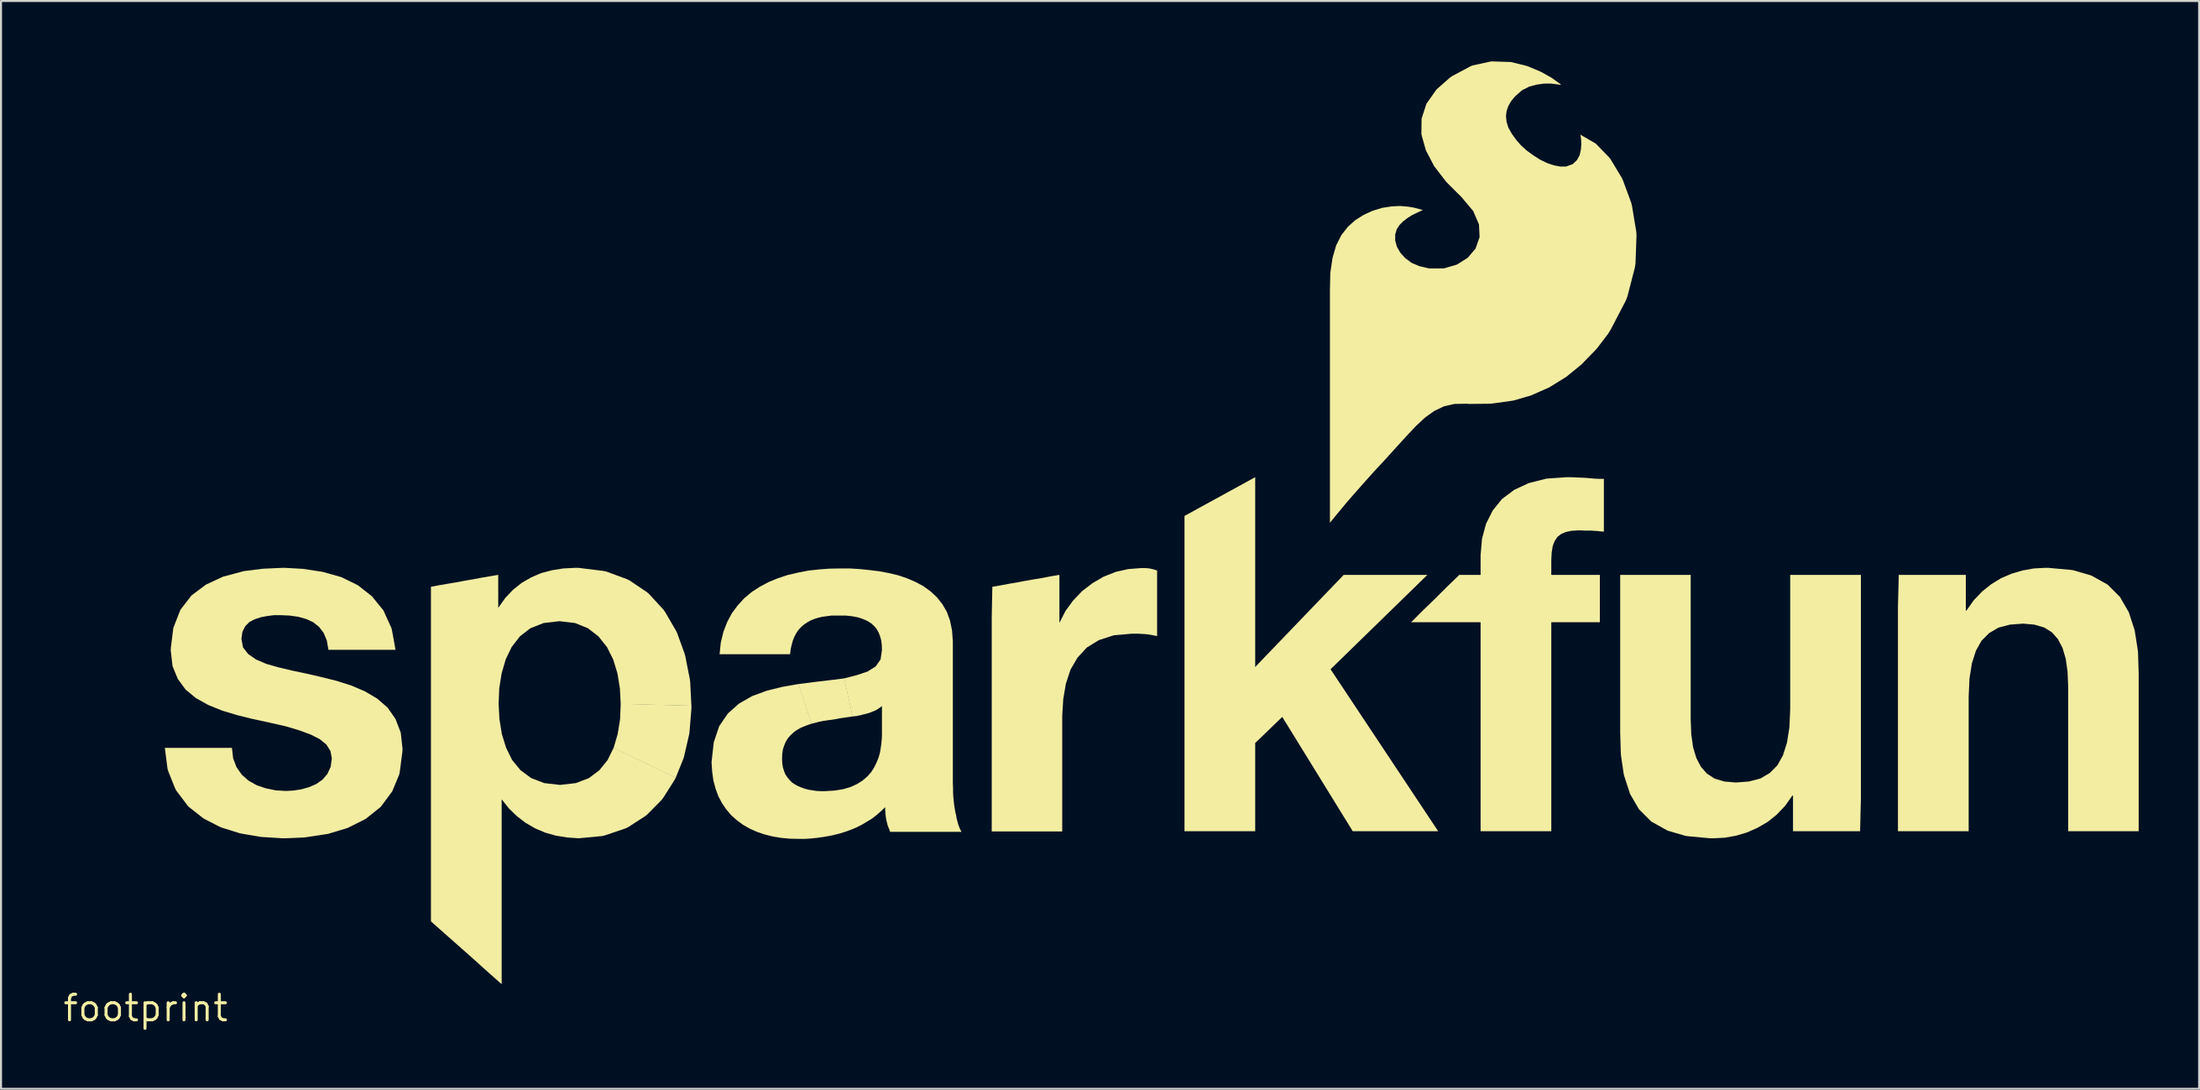
<source format=kicad_pcb>
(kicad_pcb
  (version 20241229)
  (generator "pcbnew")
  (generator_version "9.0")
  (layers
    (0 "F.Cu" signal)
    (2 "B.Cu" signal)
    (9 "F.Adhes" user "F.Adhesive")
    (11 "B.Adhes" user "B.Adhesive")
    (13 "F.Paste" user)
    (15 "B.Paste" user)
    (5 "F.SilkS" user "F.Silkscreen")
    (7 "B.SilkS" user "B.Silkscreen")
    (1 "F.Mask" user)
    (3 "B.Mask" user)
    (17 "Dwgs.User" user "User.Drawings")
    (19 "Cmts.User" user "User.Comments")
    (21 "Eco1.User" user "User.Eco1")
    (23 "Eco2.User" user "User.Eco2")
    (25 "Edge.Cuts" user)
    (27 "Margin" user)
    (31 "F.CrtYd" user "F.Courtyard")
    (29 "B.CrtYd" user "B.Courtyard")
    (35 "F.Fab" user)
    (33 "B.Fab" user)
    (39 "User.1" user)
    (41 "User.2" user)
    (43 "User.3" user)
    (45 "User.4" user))
  (footprint "footprint"
    (layer "F.Cu")
    (at 4.18 47.015)
    (property "Reference" "footprint" (at 0 0 0) (layer "F.SilkS") (effects (font (size 1.27 1.27) (thickness 0.15))))
    (fp_poly (pts (xy 27.095 -15.025) (xy 27.095 -14.86) (xy 27.005 -13.759) (xy 26.985 -13.599) (xy 26.745 -12.559) (xy 26.705 -12.408) (xy 26.313 -11.433) (xy 23.234 -12.927) (xy 23.435 -13.611) (xy 23.555 -14.351) (xy 23.585 -15.115)) (stroke (width 0) (type solid)) (fill yes) (layer "F.SilkS"))
    (fp_poly (pts (xy 55.085 -16.942) (xy 59.478 -21.515) (xy 63.632 -21.515) (xy 58.826 -16.829) (xy 64.169 -8.785) (xy 59.927 -8.785) (xy 56.429 -14.462) (xy 55.085 -13.168) (xy 55.085 -8.785) (xy 51.575 -8.785) (xy 51.575 -24.443) (xy 55.085 -26.368)) (stroke (width 0) (type solid)) (fill yes) (layer "F.SilkS"))
    (fp_poly (pts (xy 35.106 -14.486) (xy 34.901 -14.455) (xy 34.691 -14.425) (xy 34.481 -14.395) (xy 34.281 -14.355) (xy 34.071 -14.325) (xy 33.861 -14.295) (xy 33.661 -14.265) (xy 33.451 -14.225) (xy 33.261 -14.175) (xy 33.057 -14.124) (xy 32.403 -16.094) (xy 33.199 -16.195) (xy 33.959 -16.285) (xy 34.684 -16.376)) (stroke (width 0) (type solid)) (fill yes) (layer "F.SilkS"))
    (fp_poly (pts (xy 49.741 -21.845) (xy 49.831 -21.835) (xy 49.931 -21.815) (xy 50.021 -21.795) (xy 50.111 -21.765) (xy 50.215 -21.734) (xy 50.215 -18.474) (xy 50.079 -18.505) (xy 49.929 -18.535) (xy 49.779 -18.555) (xy 49.62 -18.575) (xy 49.28 -18.595) (xy 48.95 -18.595) (xy 48.061 -18.515) (xy 47.322 -18.275) (xy 46.723 -17.906) (xy 46.264 -17.407) (xy 45.915 -16.808) (xy 45.685 -16.109) (xy 45.555 -15.339) (xy 45.505 -14.52) (xy 45.505 -8.775) (xy 42.005 -8.775) (xy 42.005 -19.4) (xy 42.035 -20.924) (xy 42.449 -20.995) (xy 42.869 -21.075) (xy 43.279 -21.145) (xy 43.699 -21.225) (xy 44.109 -21.295) (xy 44.529 -21.365) (xy 44.939 -21.445) (xy 45.365 -21.516) (xy 45.365 -19.155) (xy 45.377 -19.155) (xy 45.666 -19.723) (xy 46.046 -20.243) (xy 46.497 -20.714) (xy 47.007 -21.104) (xy 47.558 -21.425) (xy 48.159 -21.665) (xy 48.789 -21.805) (xy 49.44 -21.855) (xy 49.64 -21.855)) (stroke (width 0) (type solid)) (fill yes) (layer "F.SilkS"))
    (fp_poly (pts (xy 76.705 -14.32) (xy 76.735 -13.59) (xy 76.825 -12.951) (xy 76.985 -12.422) (xy 77.214 -11.983) (xy 77.513 -11.644) (xy 77.902 -11.395) (xy 78.371 -11.255) (xy 78.94 -11.205) (xy 79.599 -11.255) (xy 80.168 -11.405) (xy 80.627 -11.674) (xy 81.006 -12.053) (xy 81.285 -12.552) (xy 81.485 -13.181) (xy 81.605 -13.941) (xy 81.645 -14.84) (xy 81.645 -21.515) (xy 85.155 -21.515) (xy 85.155 -10.38) (xy 85.115 -8.785) (xy 81.785 -8.785) (xy 81.785 -10.555) (xy 81.753 -10.555) (xy 81.394 -10.047) (xy 80.973 -9.606) (xy 80.523 -9.246) (xy 80.022 -8.956) (xy 79.502 -8.725) (xy 78.961 -8.565) (xy 78.411 -8.465) (xy 77.86 -8.435) (xy 77.68 -8.435) (xy 76.589 -8.535) (xy 76.449 -8.555) (xy 75.558 -8.815) (xy 74.747 -9.266) (xy 74.136 -9.877) (xy 73.695 -10.638) (xy 73.405 -11.529) (xy 73.375 -11.659) (xy 73.245 -12.549) (xy 73.235 -12.69) (xy 73.205 -13.68) (xy 73.205 -21.515) (xy 76.705 -21.515)) (stroke (width 0) (type solid)) (fill yes) (layer "F.SilkS"))
    (fp_poly (pts (xy 95.561 -21.765) (xy 95.701 -21.745) (xy 96.592 -21.485) (xy 97.403 -21.034) (xy 98.014 -20.423) (xy 98.455 -19.662) (xy 98.745 -18.771) (xy 98.765 -18.651) (xy 98.905 -17.751) (xy 98.915 -17.61) (xy 98.945 -16.62) (xy 98.945 -8.785) (xy 95.445 -8.785) (xy 95.445 -15.98) (xy 95.415 -16.71) (xy 95.325 -17.349) (xy 95.165 -17.888) (xy 94.936 -18.327) (xy 94.637 -18.666) (xy 94.248 -18.905) (xy 93.769 -19.045) (xy 93.21 -19.095) (xy 92.551 -19.045) (xy 91.982 -18.895) (xy 91.523 -18.626) (xy 91.144 -18.247) (xy 90.865 -17.748) (xy 90.665 -17.119) (xy 90.545 -16.359) (xy 90.505 -15.46) (xy 90.505 -8.785) (xy 86.995 -8.785) (xy 86.995 -19.93) (xy 87.035 -21.515) (xy 90.365 -21.515) (xy 90.365 -19.745) (xy 90.397 -19.745) (xy 90.756 -20.253) (xy 91.177 -20.694) (xy 91.627 -21.054) (xy 92.118 -21.354) (xy 92.638 -21.575) (xy 93.179 -21.735) (xy 93.739 -21.835) (xy 94.29 -21.865) (xy 94.46 -21.865)) (stroke (width 0) (type solid)) (fill yes) (layer "F.SilkS"))
    (fp_poly (pts (xy 71.01 -26.355) (xy 71.24 -26.345) (xy 71.24 -26.345) (xy 71.48 -26.335) (xy 71.71 -26.315) (xy 71.94 -26.295) (xy 72.16 -26.285) (xy 72.395 -26.285) (xy 72.395 -23.665) (xy 72.23 -23.675) (xy 72.07 -23.695) (xy 71.75 -23.715) (xy 71.43 -23.715) (xy 71.27 -23.725) (xy 71.11 -23.725) (xy 70.781 -23.705) (xy 70.502 -23.645) (xy 70.273 -23.546) (xy 70.084 -23.397) (xy 69.954 -23.198) (xy 69.855 -22.949) (xy 69.805 -22.639) (xy 69.785 -22.28) (xy 69.785 -21.515) (xy 72.195 -21.515) (xy 72.195 -19.165) (xy 69.785 -19.165) (xy 69.785 -8.785) (xy 66.275 -8.785) (xy 66.275 -19.165) (xy 62.828 -19.165) (xy 63.136 -19.474) (xy 63.426 -19.764) (xy 63.727 -20.054) (xy 64.026 -20.344) (xy 64.326 -20.644) (xy 64.616 -20.934) (xy 64.917 -21.224) (xy 65.218 -21.515) (xy 66.275 -21.515) (xy 66.275 -22.49) (xy 66.345 -23.311) (xy 66.545 -24.052) (xy 66.876 -24.713) (xy 67.337 -25.284) (xy 67.937 -25.734) (xy 68.668 -26.075) (xy 69.539 -26.295) (xy 69.66 -26.305) (xy 70.54 -26.365) (xy 70.77 -26.365)) (stroke (width 0) (type solid)) (fill yes) (layer "F.SilkS"))
    (fp_poly (pts (xy 22.701 -21.715) (xy 22.861 -21.685) (xy 23.892 -21.305) (xy 24.033 -21.234) (xy 24.893 -20.654) (xy 25.004 -20.554) (xy 25.704 -19.793) (xy 25.784 -19.683) (xy 26.314 -18.772) (xy 26.385 -18.632) (xy 26.755 -17.611) (xy 26.795 -17.461) (xy 27.015 -16.351) (xy 27.035 -16.19) (xy 27.095 -15.015) (xy 23.585 -15.105) (xy 23.545 -15.879) (xy 23.425 -16.619) (xy 23.215 -17.308) (xy 22.906 -17.927) (xy 22.486 -18.456) (xy 21.957 -18.866) (xy 21.319 -19.125) (xy 20.54 -19.215) (xy 19.761 -19.125) (xy 19.102 -18.866) (xy 18.584 -18.466) (xy 18.174 -17.937) (xy 17.875 -17.318) (xy 17.675 -16.629) (xy 17.555 -15.88) (xy 17.525 -15.11) (xy 17.565 -14.351) (xy 17.685 -13.611) (xy 17.895 -12.932) (xy 18.194 -12.323) (xy 18.613 -11.814) (xy 19.142 -11.424) (xy 19.791 -11.175) (xy 20.57 -11.085) (xy 21.359 -11.175) (xy 22.008 -11.424) (xy 22.526 -11.814) (xy 22.936 -12.323) (xy 23.238 -12.937) (xy 26.317 -11.442) (xy 26.244 -11.307) (xy 25.704 -10.457) (xy 25.614 -10.337) (xy 24.913 -9.626) (xy 24.803 -9.536) (xy 23.952 -8.986) (xy 23.822 -8.925) (xy 22.821 -8.585) (xy 22.661 -8.545) (xy 21.5 -8.435) (xy 20.929 -8.475) (xy 20.369 -8.565) (xy 19.838 -8.715) (xy 19.338 -8.926) (xy 18.857 -9.206) (xy 18.427 -9.536) (xy 18.036 -9.917) (xy 17.688 -10.355) (xy 17.675 -10.355) (xy 17.675 -1.189) (xy 17.227 -1.586) (xy 16.787 -1.976) (xy 16.357 -2.366) (xy 15.477 -3.146) (xy 15.047 -3.526) (xy 14.607 -3.916) (xy 14.165 -4.308) (xy 14.165 -20.924) (xy 14.589 -21.005) (xy 14.999 -21.075) (xy 15.419 -21.145) (xy 15.839 -21.225) (xy 16.249 -21.295) (xy 16.669 -21.375) (xy 17.079 -21.445) (xy 17.505 -21.516) (xy 17.505 -19.895) (xy 17.517 -19.895) (xy 17.856 -20.373) (xy 18.247 -20.784) (xy 18.677 -21.124) (xy 19.148 -21.394) (xy 19.638 -21.605) (xy 20.169 -21.745) (xy 20.729 -21.835) (xy 21.31 -21.865) (xy 21.49 -21.865)) (stroke (width 0) (type solid)) (fill yes) (layer "F.SilkS"))
    (fp_poly (pts (xy 7.811 -21.815) (xy 8.791 -21.665) (xy 9.712 -21.405) (xy 10.533 -21.004) (xy 11.234 -20.454) (xy 11.804 -19.753) (xy 12.205 -18.872) (xy 12.235 -18.741) (xy 12.406 -17.795) (xy 9.076 -17.795) (xy 8.995 -18.259) (xy 8.836 -18.637) (xy 8.606 -18.936) (xy 8.317 -19.166) (xy 7.968 -19.325) (xy 7.579 -19.435) (xy 7.15 -19.495) (xy 6.69 -19.515) (xy 6.38 -19.515) (xy 6.051 -19.475) (xy 5.731 -19.415) (xy 5.422 -19.315) (xy 5.153 -19.176) (xy 4.944 -18.967) (xy 4.805 -18.688) (xy 4.755 -18.34) (xy 4.835 -17.912) (xy 5.093 -17.584) (xy 5.482 -17.314) (xy 5.992 -17.095) (xy 6.591 -16.925) (xy 7.261 -16.765) (xy 7.971 -16.615) (xy 8.711 -16.445) (xy 9.471 -16.255) (xy 10.202 -16.025) (xy 10.882 -15.734) (xy 11.493 -15.374) (xy 12.014 -14.923) (xy 12.404 -14.362) (xy 12.665 -13.681) (xy 12.755 -12.87) (xy 12.745 -12.72) (xy 12.615 -11.719) (xy 12.585 -11.588) (xy 12.244 -10.768) (xy 11.674 -9.997) (xy 10.923 -9.396) (xy 10.042 -8.955) (xy 9.922 -8.915) (xy 9.061 -8.655) (xy 8.931 -8.635) (xy 8.011 -8.495) (xy 7.88 -8.475) (xy 6.93 -8.435) (xy 6.8 -8.435) (xy 5.84 -8.495) (xy 5.699 -8.505) (xy 4.769 -8.665) (xy 4.639 -8.695) (xy 3.778 -8.965) (xy 3.658 -9.015) (xy 2.877 -9.416) (xy 2.116 -10.016) (xy 1.526 -10.797) (xy 1.465 -10.908) (xy 1.125 -11.758) (xy 1.085 -11.899) (xy 0.954 -12.925) (xy 4.284 -12.925) (xy 4.345 -12.401) (xy 4.514 -11.962) (xy 4.774 -11.593) (xy 5.113 -11.294) (xy 5.522 -11.065) (xy 5.971 -10.915) (xy 6.461 -10.815) (xy 6.96 -10.785) (xy 7.339 -10.805) (xy 7.729 -10.865) (xy 8.118 -10.975) (xy 8.478 -11.134) (xy 8.787 -11.354) (xy 9.026 -11.633) (xy 9.185 -11.981) (xy 9.245 -12.4) (xy 9.175 -12.768) (xy 8.976 -13.087) (xy 8.647 -13.356) (xy 8.198 -13.585) (xy 7.628 -13.795) (xy 6.959 -13.995) (xy 6.169 -14.175) (xy 5.289 -14.365) (xy 4.529 -14.555) (xy 3.798 -14.775) (xy 3.108 -15.055) (xy 2.497 -15.396) (xy 1.986 -15.817) (xy 1.596 -16.348) (xy 1.335 -16.989) (xy 1.245 -17.77) (xy 1.255 -17.92) (xy 1.375 -18.881) (xy 1.726 -19.782) (xy 2.276 -20.494) (xy 2.997 -21.034) (xy 3.838 -21.425) (xy 4.769 -21.675) (xy 4.889 -21.705) (xy 5.769 -21.815) (xy 5.89 -21.825) (xy 6.79 -21.865) (xy 6.92 -21.865)) (stroke (width 0) (type solid)) (fill yes) (layer "F.SilkS"))
    (fp_poly (pts (xy 67.781 -46.985) (xy 68.592 -46.785) (xy 69.282 -46.494) (xy 69.813 -46.194) (xy 70.143 -45.954) (xy 70.275 -45.855) (xy 70.2 -45.855) (xy 70.019 -45.885) (xy 69.76 -45.915) (xy 69.44 -45.915) (xy 69.071 -45.865) (xy 68.692 -45.765) (xy 68.323 -45.576) (xy 67.984 -45.277) (xy 67.794 -45.047) (xy 67.655 -44.808) (xy 67.565 -44.549) (xy 67.535 -44.29) (xy 67.565 -44.011) (xy 67.655 -43.722) (xy 67.824 -43.423) (xy 68.054 -43.103) (xy 68.294 -42.834) (xy 68.583 -42.574) (xy 68.903 -42.344) (xy 69.232 -42.134) (xy 69.582 -41.965) (xy 69.911 -41.855) (xy 70.23 -41.795) (xy 70.519 -41.795) (xy 70.847 -41.914) (xy 71.066 -42.123) (xy 71.195 -42.372) (xy 71.255 -42.641) (xy 71.275 -42.91) (xy 71.265 -43.14) (xy 71.245 -43.289) (xy 71.235 -43.348) (xy 71.218 -43.383) (xy 71.993 -42.934) (xy 72.634 -42.273) (xy 72.724 -42.163) (xy 73.274 -41.252) (xy 73.345 -41.102) (xy 73.755 -39.991) (xy 73.795 -39.821) (xy 74.005 -38.551) (xy 74.015 -38.36) (xy 73.965 -36.98) (xy 73.935 -36.779) (xy 73.565 -35.348) (xy 73.485 -35.138) (xy 72.734 -33.698) (xy 72.604 -33.487) (xy 72.064 -32.777) (xy 71.984 -32.687) (xy 71.283 -31.966) (xy 70.523 -31.346) (xy 69.682 -30.826) (xy 68.772 -30.425) (xy 67.911 -30.175) (xy 67.781 -30.155) (xy 66.851 -30.025) (xy 66.71 -30.015) (xy 65.71 -30.005) (xy 65.56 -30.015) (xy 64.971 -30.005) (xy 64.452 -29.885) (xy 63.973 -29.656) (xy 63.513 -29.326) (xy 63.064 -28.906) (xy 62.594 -28.407) (xy 62.074 -27.837) (xy 61.504 -27.207) (xy 60.964 -26.627) (xy 60.464 -26.067) (xy 60.004 -25.547) (xy 59.604 -25.087) (xy 59.274 -24.687) (xy 59.024 -24.387) (xy 58.864 -24.187) (xy 58.795 -24.106) (xy 58.795 -35.66) (xy 58.815 -36.52) (xy 58.925 -37.261) (xy 59.105 -37.882) (xy 59.366 -38.393) (xy 59.686 -38.803) (xy 60.057 -39.134) (xy 60.468 -39.394) (xy 60.908 -39.595) (xy 61.399 -39.745) (xy 61.86 -39.815) (xy 62.28 -39.835) (xy 62.651 -39.805) (xy 62.961 -39.755) (xy 63.191 -39.695) (xy 63.331 -39.655) (xy 63.405 -39.63) (xy 63.342 -39.605) (xy 63.232 -39.555) (xy 63.062 -39.475) (xy 62.862 -39.376) (xy 62.643 -39.236) (xy 62.433 -39.076) (xy 62.254 -38.897) (xy 62.115 -38.688) (xy 62.035 -38.419) (xy 62.035 -38.121) (xy 62.115 -37.822) (xy 62.284 -37.523) (xy 62.523 -37.254) (xy 62.843 -37.014) (xy 63.242 -36.845) (xy 63.721 -36.735) (xy 64.449 -36.735) (xy 65.098 -36.925) (xy 65.637 -37.264) (xy 66.026 -37.723) (xy 66.225 -38.291) (xy 66.195 -38.919) (xy 65.906 -39.587) (xy 65.326 -40.277) (xy 64.656 -40.946) (xy 64.566 -41.037) (xy 63.966 -41.817) (xy 63.555 -42.608) (xy 63.335 -43.399) (xy 63.345 -44.171) (xy 63.585 -44.912) (xy 64.086 -45.623) (xy 64.747 -46.204) (xy 64.857 -46.284) (xy 65.758 -46.765) (xy 65.878 -46.815) (xy 66.749 -47.005) (xy 66.87 -47.015)) (stroke (width 0) (type solid)) (fill yes) (layer "F.SilkS"))
    (fp_poly (pts (xy 35.45 -21.805) (xy 35.931 -21.755) (xy 36.421 -21.695) (xy 36.901 -21.605) (xy 37.361 -21.495) (xy 37.802 -21.345) (xy 38.222 -21.165) (xy 38.613 -20.954) (xy 38.973 -20.694) (xy 39.284 -20.403) (xy 39.554 -20.063) (xy 39.775 -19.682) (xy 39.935 -19.241) (xy 40.035 -18.751) (xy 40.075 -18.21) (xy 40.075 -11.16) (xy 40.085 -10.94) (xy 40.085 -10.73) (xy 40.095 -10.52) (xy 40.135 -10.121) (xy 40.165 -9.931) (xy 40.195 -9.751) (xy 40.235 -9.581) (xy 40.265 -9.411) (xy 40.345 -9.112) (xy 40.395 -8.982) (xy 40.444 -8.862) (xy 40.509 -8.755) (xy 36.956 -8.755) (xy 36.935 -8.828) (xy 36.905 -8.908) (xy 36.875 -8.978) (xy 36.845 -9.058) (xy 36.825 -9.129) (xy 36.805 -9.209) (xy 36.785 -9.289) (xy 36.765 -9.369) (xy 36.755 -9.439) (xy 36.745 -9.519) (xy 36.735 -9.599) (xy 36.725 -9.68) (xy 36.725 -9.76) (xy 36.715 -9.83) (xy 36.715 -9.978) (xy 36.503 -9.776) (xy 36.283 -9.586) (xy 36.053 -9.406) (xy 35.803 -9.256) (xy 35.552 -9.106) (xy 35.292 -8.975) (xy 35.032 -8.865) (xy 34.752 -8.765) (xy 34.471 -8.675) (xy 34.191 -8.605) (xy 33.901 -8.545) (xy 33.611 -8.495) (xy 33.321 -8.455) (xy 33.03 -8.425) (xy 32.73 -8.405) (xy 32.43 -8.405) (xy 31.98 -8.415) (xy 31.549 -8.455) (xy 31.129 -8.525) (xy 30.729 -8.625) (xy 30.348 -8.755) (xy 29.988 -8.916) (xy 29.657 -9.106) (xy 29.357 -9.326) (xy 29.076 -9.576) (xy 28.826 -9.867) (xy 28.616 -10.177) (xy 28.435 -10.518) (xy 28.295 -10.898) (xy 28.185 -11.309) (xy 28.125 -11.75) (xy 28.095 -12.22) (xy 28.205 -13.201) (xy 28.475 -14.002) (xy 28.906 -14.633) (xy 29.457 -15.124) (xy 30.108 -15.495) (xy 30.839 -15.765) (xy 31.609 -15.955) (xy 32.413 -16.096) (xy 33.066 -14.127) (xy 32.882 -14.065) (xy 32.702 -13.995) (xy 32.532 -13.925) (xy 32.373 -13.836) (xy 32.223 -13.736) (xy 32.083 -13.616) (xy 31.964 -13.497) (xy 31.854 -13.357) (xy 31.765 -13.198) (xy 31.695 -13.028) (xy 31.635 -12.839) (xy 31.605 -12.62) (xy 31.595 -12.39) (xy 31.605 -12.17) (xy 31.635 -11.961) (xy 31.695 -11.772) (xy 31.764 -11.602) (xy 31.864 -11.453) (xy 31.974 -11.323) (xy 32.093 -11.204) (xy 32.243 -11.104) (xy 32.392 -11.025) (xy 32.562 -10.955) (xy 32.731 -10.895) (xy 32.921 -10.845) (xy 33.111 -10.815) (xy 33.31 -10.785) (xy 33.52 -10.775) (xy 33.73 -10.775) (xy 34.209 -10.805) (xy 34.639 -10.875) (xy 35.008 -10.985) (xy 35.328 -11.134) (xy 35.597 -11.304) (xy 35.826 -11.504) (xy 36.016 -11.713) (xy 36.166 -11.952) (xy 36.285 -12.192) (xy 36.385 -12.432) (xy 36.455 -12.681) (xy 36.495 -12.921) (xy 36.525 -13.141) (xy 36.545 -13.35) (xy 36.555 -13.54) (xy 36.555 -15) (xy 36.443 -14.916) (xy 36.312 -14.826) (xy 36.162 -14.755) (xy 36.012 -14.695) (xy 35.841 -14.635) (xy 35.671 -14.595) (xy 35.481 -14.545) (xy 35.291 -14.505) (xy 35.096 -14.485) (xy 34.674 -16.374) (xy 35.299 -16.535) (xy 35.838 -16.715) (xy 36.237 -16.964) (xy 36.485 -17.312) (xy 36.555 -17.78) (xy 36.545 -18.05) (xy 36.515 -18.279) (xy 36.455 -18.488) (xy 36.376 -18.678) (xy 36.286 -18.837) (xy 36.166 -18.977) (xy 36.037 -19.096) (xy 35.887 -19.196) (xy 35.728 -19.275) (xy 35.558 -19.345) (xy 35.369 -19.405) (xy 35.169 -19.445) (xy 34.969 -19.475) (xy 34.75 -19.495) (xy 34.05 -19.495) (xy 33.591 -19.435) (xy 33.381 -19.385) (xy 33.192 -19.325) (xy 33.002 -19.246) (xy 32.843 -19.156) (xy 32.683 -19.046) (xy 32.543 -18.926) (xy 32.414 -18.787) (xy 32.304 -18.627) (xy 32.215 -18.458) (xy 32.135 -18.268) (xy 32.075 -18.049) (xy 32.025 -17.829) (xy 31.994 -17.575) (xy 28.494 -17.575) (xy 28.555 -18.161) (xy 28.685 -18.692) (xy 28.875 -19.182) (xy 29.106 -19.613) (xy 29.396 -20.003) (xy 29.717 -20.354) (xy 30.087 -20.664) (xy 30.487 -20.924) (xy 30.918 -21.155) (xy 31.378 -21.345) (xy 31.859 -21.505) (xy 32.369 -21.625) (xy 32.879 -21.725) (xy 33.41 -21.785) (xy 33.94 -21.825) (xy 34.48 -21.835) (xy 34.96 -21.835)) (stroke (width 0) (type solid)) (fill yes) (layer "F.SilkS")))
  (gr_rect
    (start -3 -3)
    (end 106.125 51.021)
    (stroke (width 0.1) (type default))
    (fill no)
    (layer "Edge.Cuts")))
</source>
